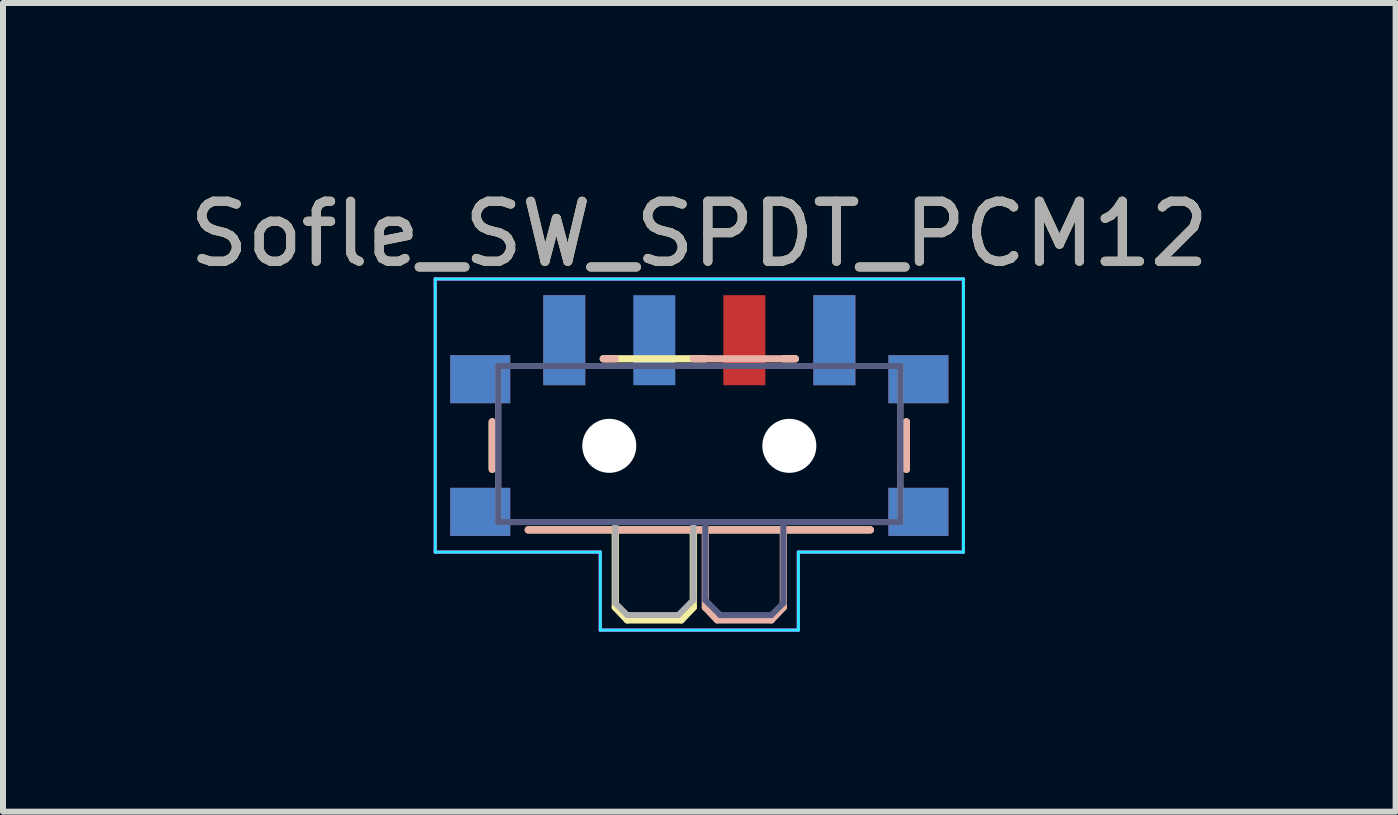
<source format=kicad_pcb>
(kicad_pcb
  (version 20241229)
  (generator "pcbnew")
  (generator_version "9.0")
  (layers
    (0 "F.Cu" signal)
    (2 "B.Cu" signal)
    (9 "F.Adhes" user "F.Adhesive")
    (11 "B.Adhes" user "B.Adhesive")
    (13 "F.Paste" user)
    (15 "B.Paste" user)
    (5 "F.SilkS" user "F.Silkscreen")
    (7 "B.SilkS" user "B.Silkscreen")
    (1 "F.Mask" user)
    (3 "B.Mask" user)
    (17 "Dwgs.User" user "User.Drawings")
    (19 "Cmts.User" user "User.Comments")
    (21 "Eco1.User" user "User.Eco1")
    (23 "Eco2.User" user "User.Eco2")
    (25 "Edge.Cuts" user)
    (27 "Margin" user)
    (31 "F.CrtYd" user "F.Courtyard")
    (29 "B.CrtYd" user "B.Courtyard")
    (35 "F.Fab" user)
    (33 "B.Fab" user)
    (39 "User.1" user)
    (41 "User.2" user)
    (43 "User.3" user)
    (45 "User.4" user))
  (footprint "Sofle_SW_SPDT_PCM12"
    (layer "F.Cu")
    (at 8.601 4.048)
    (property "Reference" "Sofle_SW_SPDT_PCM12" (at 0 -3.2 0) (layer "F.SilkS") (effects (font (size 1 1) (thickness 0.15))))
    (attr smd)
    (fp_line (start -3.45 -0.07) (end -3.45 0.72) (stroke (width 0.12) (type solid)) (layer "F.SilkS"))
    (fp_line (start -2.85 1.73) (end 2.85 1.73) (stroke (width 0.12) (type solid)) (layer "F.SilkS"))
    (fp_line (start -1.6 -1.12) (end 0.1 -1.12) (stroke (width 0.12) (type solid)) (layer "F.SilkS"))
    (fp_line (start -1.4 1.73) (end -1.4 3.02) (stroke (width 0.12) (type solid)) (layer "F.SilkS"))
    (fp_line (start -1.4 3.02) (end -1.2 3.23) (stroke (width 0.12) (type solid)) (layer "F.SilkS"))
    (fp_line (start -1.2 3.23) (end -0.3 3.23) (stroke (width 0.12) (type solid)) (layer "F.SilkS"))
    (fp_line (start -0.1 3.02) (end -0.3 3.23) (stroke (width 0.12) (type solid)) (layer "F.SilkS"))
    (fp_line (start -0.1 3.02) (end -0.1 1.73) (stroke (width 0.12) (type solid)) (layer "F.SilkS"))
    (fp_line (start 1.4 -1.12) (end 1.6 -1.12) (stroke (width 0.12) (type solid)) (layer "F.SilkS"))
    (fp_line (start 3.45 0.72) (end 3.45 -0.07) (stroke (width 0.12) (type solid)) (layer "F.SilkS"))
    (fp_line (start -3.45 0.72) (end -3.45 -0.07) (stroke (width 0.12) (type solid)) (layer "B.SilkS"))
    (fp_line (start -1.4 -1.12) (end -1.6 -1.12) (stroke (width 0.12) (type solid)) (layer "B.SilkS"))
    (fp_line (start 0.1 3.02) (end 0.1 1.73) (stroke (width 0.12) (type solid)) (layer "B.SilkS"))
    (fp_line (start 0.1 3.02) (end 0.3 3.23) (stroke (width 0.12) (type solid)) (layer "B.SilkS"))
    (fp_line (start 1.2 3.23) (end 0.3 3.23) (stroke (width 0.12) (type solid)) (layer "B.SilkS"))
    (fp_line (start 1.4 1.73) (end 1.4 3.02) (stroke (width 0.12) (type solid)) (layer "B.SilkS"))
    (fp_line (start 1.4 3.02) (end 1.2 3.23) (stroke (width 0.12) (type solid)) (layer "B.SilkS"))
    (fp_line (start 1.6 -1.12) (end -0.1 -1.12) (stroke (width 0.12) (type solid)) (layer "B.SilkS"))
    (fp_line (start 2.85 1.73) (end -2.85 1.73) (stroke (width 0.12) (type solid)) (layer "B.SilkS"))
    (fp_line (start 3.45 -0.07) (end 3.45 0.72) (stroke (width 0.12) (type solid)) (layer "B.SilkS"))
    (fp_line (start -4.4 -2.45) (end -4.4 2.1) (stroke (width 0.05) (type solid)) (layer "B.CrtYd"))
    (fp_line (start -4.4 2.1) (end -1.65 2.1) (stroke (width 0.05) (type solid)) (layer "B.CrtYd"))
    (fp_line (start -1.65 2.1) (end -1.65 3.4) (stroke (width 0.05) (type solid)) (layer "B.CrtYd"))
    (fp_line (start -1.65 3.4) (end 1.65 3.4) (stroke (width 0.05) (type solid)) (layer "B.CrtYd"))
    (fp_line (start 1.65 2.1) (end 4.4 2.1) (stroke (width 0.05) (type solid)) (layer "B.CrtYd"))
    (fp_line (start 1.65 3.4) (end 1.65 2.1) (stroke (width 0.05) (type solid)) (layer "B.CrtYd"))
    (fp_line (start 4.4 -2.45) (end -4.4 -2.45) (stroke (width 0.05) (type solid)) (layer "B.CrtYd"))
    (fp_line (start 4.4 2.1) (end 4.4 -2.45) (stroke (width 0.05) (type solid)) (layer "B.CrtYd"))
    (fp_line (start -4.4 -2.45) (end 4.4 -2.45) (stroke (width 0.05) (type solid)) (layer "F.CrtYd"))
    (fp_line (start -4.4 -2.45) (end 4.4 -2.45) (stroke (width 0.05) (type solid)) (layer "F.CrtYd"))
    (fp_line (start -4.4 2.1) (end -4.4 -2.45) (stroke (width 0.05) (type solid)) (layer "F.CrtYd"))
    (fp_line (start -4.4 2.1) (end -4.4 -2.45) (stroke (width 0.05) (type solid)) (layer "F.CrtYd"))
    (fp_line (start -1.65 2.1) (end -4.4 2.1) (stroke (width 0.05) (type solid)) (layer "F.CrtYd"))
    (fp_line (start -1.65 2.1) (end -4.4 2.1) (stroke (width 0.05) (type solid)) (layer "F.CrtYd"))
    (fp_line (start -1.65 3.4) (end -1.65 2.1) (stroke (width 0.05) (type solid)) (layer "F.CrtYd"))
    (fp_line (start -1.65 3.4) (end -1.65 2.1) (stroke (width 0.05) (type solid)) (layer "F.CrtYd"))
    (fp_line (start 1.65 2.1) (end 1.65 3.4) (stroke (width 0.05) (type solid)) (layer "F.CrtYd"))
    (fp_line (start 1.65 2.1) (end 1.65 3.4) (stroke (width 0.05) (type solid)) (layer "F.CrtYd"))
    (fp_line (start 1.65 3.4) (end -1.65 3.4) (stroke (width 0.05) (type solid)) (layer "F.CrtYd"))
    (fp_line (start 1.65 3.4) (end -1.65 3.4) (stroke (width 0.05) (type solid)) (layer "F.CrtYd"))
    (fp_line (start 4.4 -2.45) (end 4.4 2.1) (stroke (width 0.05) (type solid)) (layer "F.CrtYd"))
    (fp_line (start 4.4 -2.45) (end 4.4 2.1) (stroke (width 0.05) (type solid)) (layer "F.CrtYd"))
    (fp_line (start 4.4 2.1) (end 1.65 2.1) (stroke (width 0.05) (type solid)) (layer "F.CrtYd"))
    (fp_line (start 4.4 2.1) (end 1.65 2.1) (stroke (width 0.05) (type solid)) (layer "F.CrtYd"))
    (fp_line (start -3.35 -1) (end 3.35 -1) (stroke (width 0.1) (type solid)) (layer "B.Fab"))
    (fp_line (start -3.35 1.6) (end -3.35 -1) (stroke (width 0.1) (type solid)) (layer "B.Fab"))
    (fp_line (start 0.1 2.9) (end 0.1 1.6) (stroke (width 0.1) (type solid)) (layer "B.Fab"))
    (fp_line (start 0.15 2.95) (end 0.1 2.9) (stroke (width 0.1) (type solid)) (layer "B.Fab"))
    (fp_line (start 0.35 3.15) (end 0.15 2.95) (stroke (width 0.1) (type solid)) (layer "B.Fab"))
    (fp_line (start 1.2 3.15) (end 0.35 3.15) (stroke (width 0.1) (type solid)) (layer "B.Fab"))
    (fp_line (start 1.4 1.65) (end 1.4 2.95) (stroke (width 0.1) (type solid)) (layer "B.Fab"))
    (fp_line (start 1.4 2.95) (end 1.2 3.15) (stroke (width 0.1) (type solid)) (layer "B.Fab"))
    (fp_line (start 3.35 -1) (end 3.35 1.6) (stroke (width 0.1) (type solid)) (layer "B.Fab"))
    (fp_line (start 3.35 1.6) (end -3.35 1.6) (stroke (width 0.1) (type solid)) (layer "B.Fab"))
    (fp_line (start -3.35 -1) (end -3.35 1.6) (stroke (width 0.1) (type solid)) (layer "F.Fab"))
    (fp_line (start -3.35 1.6) (end 3.35 1.6) (stroke (width 0.1) (type solid)) (layer "F.Fab"))
    (fp_line (start -1.4 1.65) (end -1.4 2.95) (stroke (width 0.1) (type solid)) (layer "F.Fab"))
    (fp_line (start -1.4 2.95) (end -1.2 3.15) (stroke (width 0.1) (type solid)) (layer "F.Fab"))
    (fp_line (start -1.2 3.15) (end -0.35 3.15) (stroke (width 0.1) (type solid)) (layer "F.Fab"))
    (fp_line (start -0.35 3.15) (end -0.15 2.95) (stroke (width 0.1) (type solid)) (layer "F.Fab"))
    (fp_line (start -0.15 2.95) (end -0.1 2.9) (stroke (width 0.1) (type solid)) (layer "F.Fab"))
    (fp_line (start -0.1 2.9) (end -0.1 1.6) (stroke (width 0.1) (type solid)) (layer "F.Fab"))
    (fp_line (start 3.35 -1) (end -3.35 -1) (stroke (width 0.1) (type solid)) (layer "F.Fab"))
    (fp_line (start 3.35 1.6) (end 3.35 -1) (stroke (width 0.1) (type solid)) (layer "F.Fab"))
    (fp_text user "${REFERENCE}" (at 0 -3.2 0) (layer "F.Fab") (effects (font (size 1 1) (thickness 0.15))))
    (pad "" smd rect (at -3.65 -0.78) (size 1 0.8) (layers "F.Cu" "F.Mask" "F.Paste"))
    (pad "" smd rect (at -3.65 -0.78) (size 1 0.8) (layers "B.Cu" "B.Mask" "B.Paste"))
    (pad "" smd rect (at -3.65 1.43) (size 1 0.8) (layers "F.Cu" "F.Mask" "F.Paste"))
    (pad "" smd rect (at -3.65 1.43) (size 1 0.8) (layers "B.Cu" "B.Mask" "B.Paste"))
    (pad "" np_thru_hole circle (at -1.5 0.33) (size 0.9 0.9) (drill 0.9) (layers "*.Cu" "*.Mask"))
    (pad "" np_thru_hole circle (at 1.5 0.33) (size 0.9 0.9) (drill 0.9) (layers "*.Cu" "*.Mask"))
    (pad "" smd rect (at 3.65 -0.78) (size 1 0.8) (layers "F.Cu" "F.Mask" "F.Paste"))
    (pad "" smd rect (at 3.65 -0.78) (size 1 0.8) (layers "B.Cu" "B.Mask" "B.Paste"))
    (pad "" smd rect (at 3.65 1.43) (size 1 0.8) (layers "F.Cu" "F.Mask" "F.Paste"))
    (pad "" smd rect (at 3.65 1.43) (size 1 0.8) (layers "B.Cu" "B.Mask" "B.Paste"))
    (pad "1" smd rect (at -2.25 -1.43) (size 0.7 1.5) (layers "F.Cu" "F.Mask" "F.Paste"))
    (pad "1" smd rect (at 2.25 -1.43) (size 0.7 1.5) (layers "B.Cu" "B.Mask" "B.Paste"))
    (pad "2" smd rect (at -0.75 -1.43) (size 0.7 1.5) (layers "B.Cu" "B.Mask" "B.Paste"))
    (pad "2" smd rect (at 0.75 -1.43) (size 0.7 1.5) (layers "F.Cu" "F.Mask" "F.Paste"))
    (pad "3" smd rect (at -2.25 -1.43) (size 0.7 1.5) (layers "B.Cu" "B.Mask" "B.Paste"))
    (pad "3" smd rect (at 2.25 -1.43) (size 0.7 1.5) (layers "F.Cu" "F.Mask" "F.Paste")))
  (gr_rect
    (start -3 -3)
    (end 20.202 10.473)
    (stroke (width 0.1) (type default))
    (fill no)
    (layer "Edge.Cuts")))
</source>
